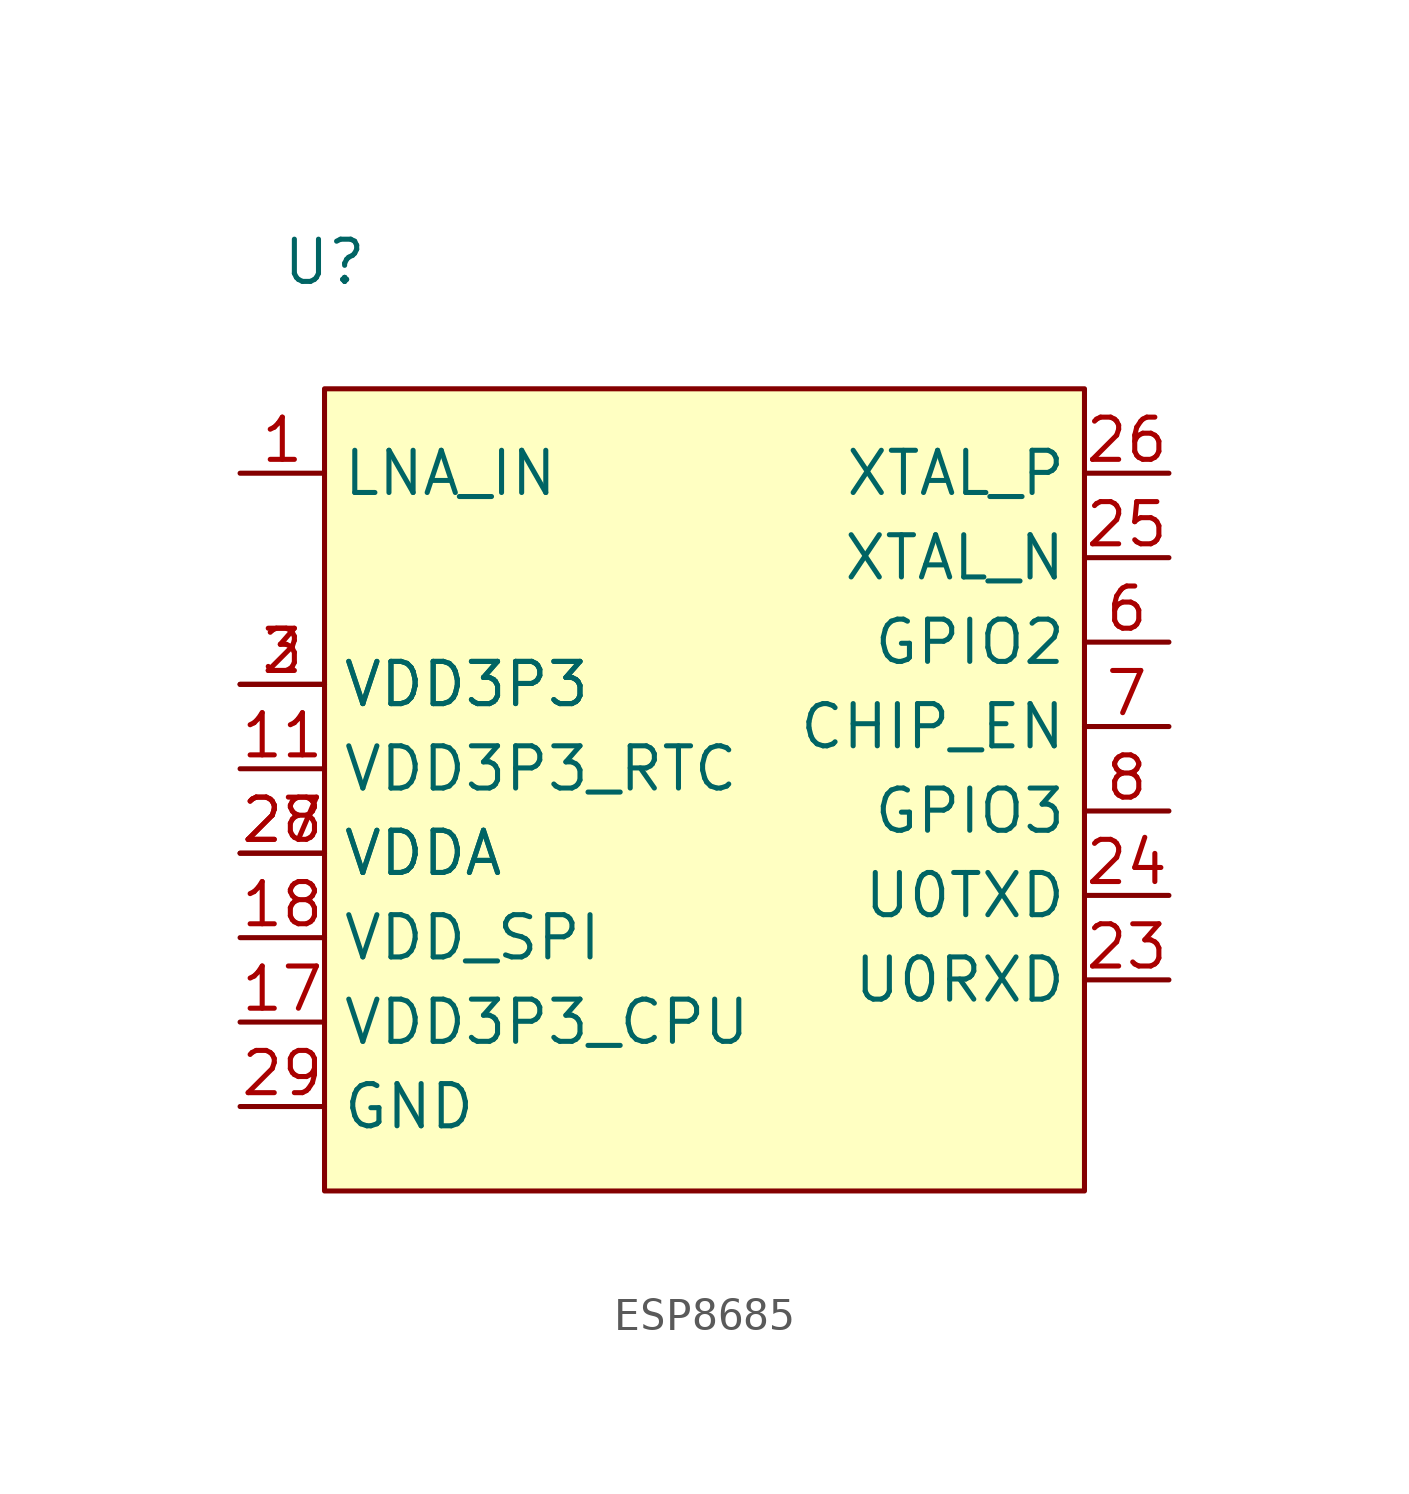
<source format=kicad_sym>
(kicad_symbol_lib
  (version 20231120)
  (generator "kicad_symbol_editor")
  (generator_version "8.0")
  (symbol "ESP8685"
    (property "Reference" "U"
      (at -11.43 15.24 0)
      (effects (font (size 1.27 1.27))))
    (property "Value" ""
      (at -11.43 15.24 0)
      (effects (font (size 1.27 1.27))))
    (symbol "ESP8685_1_1"
      (rectangle (start -11.43 11.43) (end 11.43 -12.7) (stroke (width 0) (type default)) (fill (type background)))
      (pin bidirectional line (at -13.97 8.89 0) (length 2.54) (name "LNA_IN" (effects (font (size 1.27 1.27)))) (number "1" (effects (font (size 1.27 1.27)))))
      (pin power_in line (at -13.97 0 0) (length 2.54) (name "VDD3P3_RTC" (effects (font (size 1.27 1.27)))) (number "11" (effects (font (size 1.27 1.27)))))
      (pin power_in line (at -13.97 -7.62 0) (length 2.54) (name "VDD3P3_CPU" (effects (font (size 1.27 1.27)))) (number "17" (effects (font (size 1.27 1.27)))))
      (pin power_out line (at -13.97 -5.08 0) (length 2.54) (name "VDD_SPI" (effects (font (size 1.27 1.27)))) (number "18" (effects (font (size 1.27 1.27)))))
      (pin power_in line (at -13.97 2.54 0) (length 2.54) (name "VDD3P3" (effects (font (size 1.27 1.27)))) (number "2" (effects (font (size 1.27 1.27)))))
      (pin bidirectional line (at 13.97 -6.35 180) (length 2.54) (name "U0RXD" (effects (font (size 1.27 1.27)))) (number "23" (effects (font (size 1.27 1.27)))))
      (pin bidirectional line (at 13.97 -3.81 180) (length 2.54) (name "U0TXD" (effects (font (size 1.27 1.27)))) (number "24" (effects (font (size 1.27 1.27)))))
      (pin bidirectional line (at 13.97 6.35 180) (length 2.54) (name "XTAL_N" (effects (font (size 1.27 1.27)))) (number "25" (effects (font (size 1.27 1.27)))))
      (pin bidirectional line (at 13.97 8.89 180) (length 2.54) (name "XTAL_P" (effects (font (size 1.27 1.27)))) (number "26" (effects (font (size 1.27 1.27)))))
      (pin power_in line (at -13.97 -2.54 0) (length 2.54) (name "VDDA" (effects (font (size 1.27 1.27)))) (number "27" (effects (font (size 1.27 1.27)))))
      (pin power_in line (at -13.97 -2.54 0) (length 2.54) (name "VDDA" (effects (font (size 1.27 1.27)))) (number "28" (effects (font (size 1.27 1.27)))))
      (pin power_in line (at -13.97 -10.16 0) (length 2.54) (name "GND" (effects (font (size 1.27 1.27)))) (number "29" (effects (font (size 1.27 1.27)))))
      (pin power_in line (at -13.97 2.54 0) (length 2.54) (name "VDD3P3" (effects (font (size 1.27 1.27)))) (number "3" (effects (font (size 1.27 1.27)))))
      (pin bidirectional line (at 13.97 3.81 180) (length 2.54) (name "GPIO2" (effects (font (size 1.27 1.27)))) (number "6" (effects (font (size 1.27 1.27)))))
      (pin bidirectional line (at 13.97 1.27 180) (length 2.54) (name "CHIP_EN" (effects (font (size 1.27 1.27)))) (number "7" (effects (font (size 1.27 1.27)))))
      (pin bidirectional line (at 13.97 -1.27 180) (length 2.54) (name "GPIO3" (effects (font (size 1.27 1.27)))) (number "8" (effects (font (size 1.27 1.27))))))))
</source>
